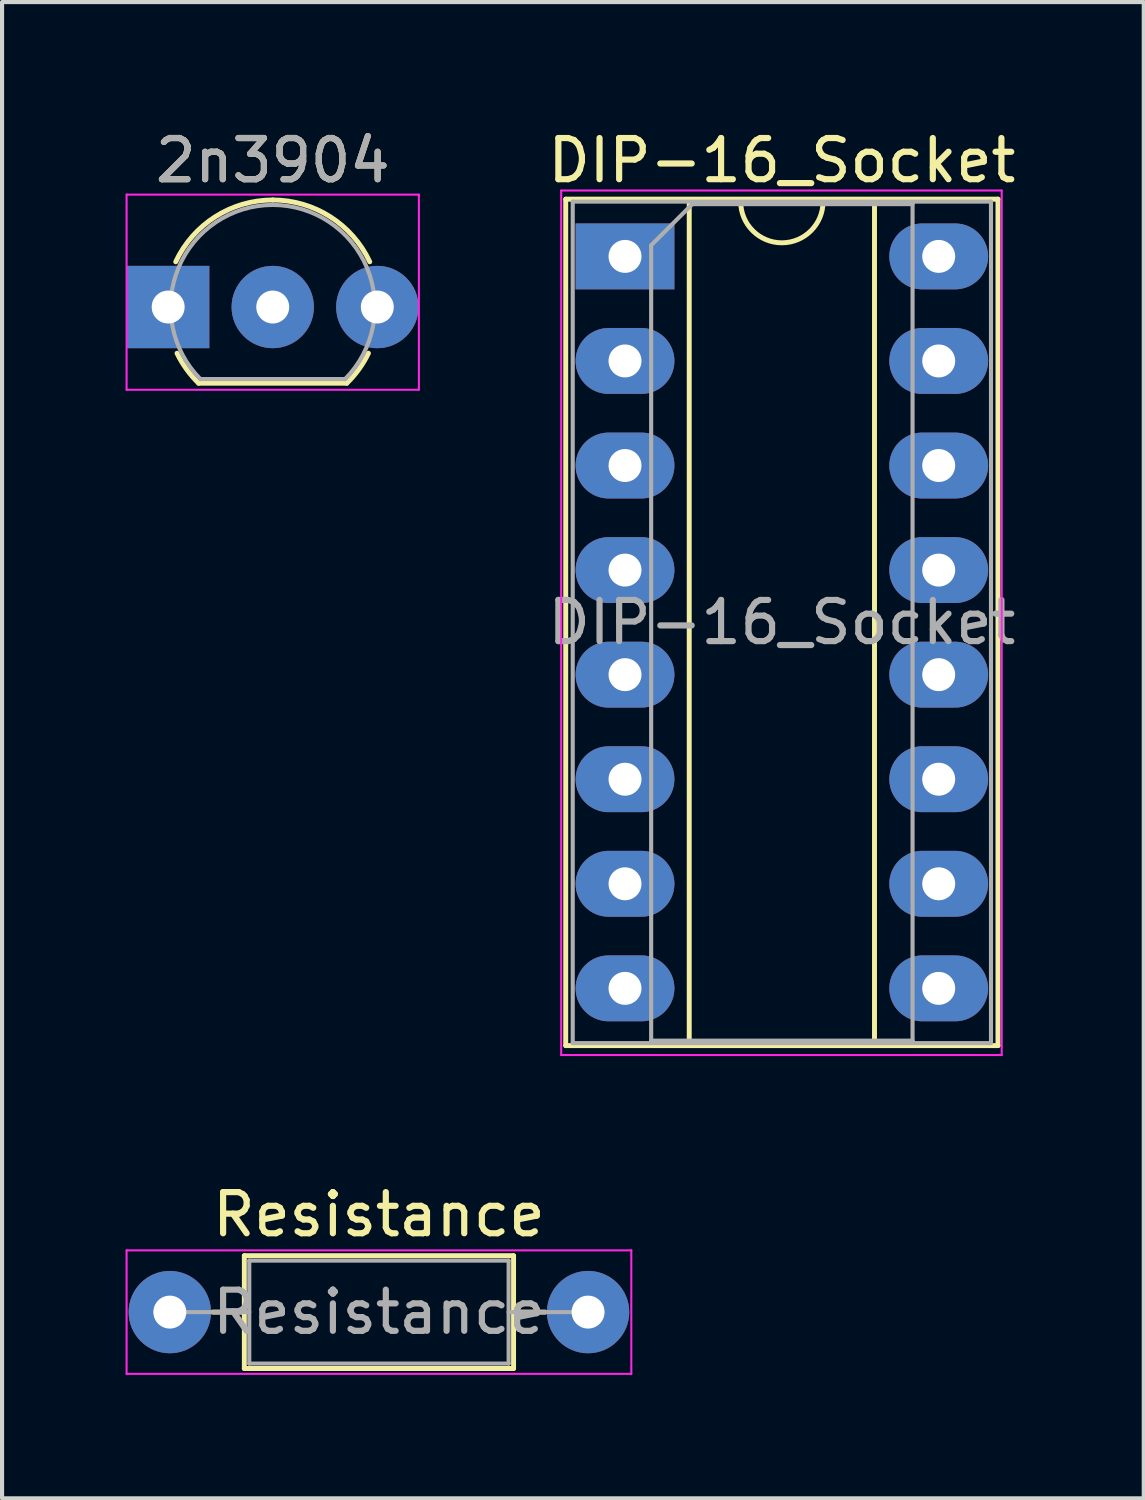
<source format=kicad_pcb>
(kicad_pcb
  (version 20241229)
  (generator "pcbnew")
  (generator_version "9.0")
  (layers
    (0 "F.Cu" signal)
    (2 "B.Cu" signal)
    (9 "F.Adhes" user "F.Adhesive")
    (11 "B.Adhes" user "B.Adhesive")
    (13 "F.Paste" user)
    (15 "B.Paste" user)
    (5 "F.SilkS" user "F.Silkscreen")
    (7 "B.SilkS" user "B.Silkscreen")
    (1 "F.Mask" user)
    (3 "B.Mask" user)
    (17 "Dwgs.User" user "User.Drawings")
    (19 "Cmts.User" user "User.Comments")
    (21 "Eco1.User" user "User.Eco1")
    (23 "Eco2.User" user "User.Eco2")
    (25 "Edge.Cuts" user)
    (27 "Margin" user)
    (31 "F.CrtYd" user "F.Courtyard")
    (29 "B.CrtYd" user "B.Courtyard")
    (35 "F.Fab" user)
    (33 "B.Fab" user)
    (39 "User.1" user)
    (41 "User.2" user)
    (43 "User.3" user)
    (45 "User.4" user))
  (footprint "Resistance"
    (layer "F.Cu")
    (at 1.075 28.822)
    (property "Reference" "Resistance" (at 5.08 -2.37 0) (layer "F.SilkS") (effects (font (size 1 1) (thickness 0.15))))
    (attr through_hole)
    (fp_line (start 1.04 0) (end 1.81 0) (stroke (width 0.12) (type solid)) (layer "F.SilkS"))
    (fp_line (start 1.81 -1.37) (end 1.81 1.37) (stroke (width 0.12) (type solid)) (layer "F.SilkS"))
    (fp_line (start 1.81 1.37) (end 8.35 1.37) (stroke (width 0.12) (type solid)) (layer "F.SilkS"))
    (fp_line (start 8.35 -1.37) (end 1.81 -1.37) (stroke (width 0.12) (type solid)) (layer "F.SilkS"))
    (fp_line (start 8.35 1.37) (end 8.35 -1.37) (stroke (width 0.12) (type solid)) (layer "F.SilkS"))
    (fp_line (start 9.12 0) (end 8.35 0) (stroke (width 0.12) (type solid)) (layer "F.SilkS"))
    (fp_line (start -1.05 -1.5) (end -1.05 1.5) (stroke (width 0.05) (type solid)) (layer "F.CrtYd"))
    (fp_line (start -1.05 1.5) (end 11.21 1.5) (stroke (width 0.05) (type solid)) (layer "F.CrtYd"))
    (fp_line (start 11.21 -1.5) (end -1.05 -1.5) (stroke (width 0.05) (type solid)) (layer "F.CrtYd"))
    (fp_line (start 11.21 1.5) (end 11.21 -1.5) (stroke (width 0.05) (type solid)) (layer "F.CrtYd"))
    (fp_line (start 0 0) (end 1.93 0) (stroke (width 0.1) (type solid)) (layer "F.Fab"))
    (fp_line (start 1.93 -1.25) (end 1.93 1.25) (stroke (width 0.1) (type solid)) (layer "F.Fab"))
    (fp_line (start 1.93 1.25) (end 8.23 1.25) (stroke (width 0.1) (type solid)) (layer "F.Fab"))
    (fp_line (start 8.23 -1.25) (end 1.93 -1.25) (stroke (width 0.1) (type solid)) (layer "F.Fab"))
    (fp_line (start 8.23 1.25) (end 8.23 -1.25) (stroke (width 0.1) (type solid)) (layer "F.Fab"))
    (fp_line (start 10.16 0) (end 8.23 0) (stroke (width 0.1) (type solid)) (layer "F.Fab"))
    (fp_text user "${REFERENCE}" (at 5.08 0 0) (layer "F.Fab") (effects (font (size 1 1) (thickness 0.15))))
    (pad "1" thru_hole circle (at 0 0) (size 2 2) (drill 0.8) (layers "*.Cu" "*.Mask"))
    (pad "2" thru_hole circle (at 10.16 0) (size 2 2) (drill 0.8) (layers "*.Cu" "*.Mask")))
  (footprint "2n3904"
    (layer "F.Cu")
    (at 1.035 4.408)
    (property "Reference" "2n3904" (at 2.54 -3.56 0) (layer "F.SilkS") (effects (font (size 1 1) (thickness 0.15))))
    (attr through_hole)
    (fp_line (start 0.74 1.85) (end 4.34 1.85) (stroke (width 0.12) (type solid)) (layer "F.SilkS"))
    (fp_arc (start 0.1836 -1.098807) (mid 1.143021 -2.192817) (end 2.54 -2.6) (stroke (width 0.12) (type solid)) (layer "F.SilkS"))
    (fp_arc (start 0.74 1.85) (mid 0.446097 1.509328) (end 0.215816 1.122795) (stroke (width 0.12) (type solid)) (layer "F.SilkS"))
    (fp_arc (start 2.54 -2.6) (mid 3.936979 -2.192818) (end 4.8964 -1.098807) (stroke (width 0.12) (type solid)) (layer "F.SilkS"))
    (fp_arc (start 4.864184 1.122795) (mid 4.633903 1.509328) (end 4.34 1.85) (stroke (width 0.12) (type solid)) (layer "F.SilkS"))
    (fp_line (start -1.01 -2.73) (end -1.01 2.01) (stroke (width 0.05) (type solid)) (layer "F.CrtYd"))
    (fp_line (start -1.01 -2.73) (end 6.09 -2.73) (stroke (width 0.05) (type solid)) (layer "F.CrtYd"))
    (fp_line (start 6.09 2.01) (end -1.01 2.01) (stroke (width 0.05) (type solid)) (layer "F.CrtYd"))
    (fp_line (start 6.09 2.01) (end 6.09 -2.73) (stroke (width 0.05) (type solid)) (layer "F.CrtYd"))
    (fp_line (start 0.8 1.75) (end 4.3 1.75) (stroke (width 0.1) (type solid)) (layer "F.Fab"))
    (fp_arc (start 0.786375 1.753625) (mid 0.248779 -0.949055) (end 2.54 -2.48) (stroke (width 0.1) (type solid)) (layer "F.Fab"))
    (fp_arc (start 2.54 -2.48) (mid 4.831221 -0.949055) (end 4.293625 1.753625) (stroke (width 0.1) (type solid)) (layer "F.Fab"))
    (fp_text user "${REFERENCE}" (at 2.54 -3.56 0) (layer "F.Fab") (effects (font (size 1 1) (thickness 0.15))))
    (pad "1" thru_hole rect (at 0 0 90) (size 2 2) (drill 0.8) (layers "*.Cu" "*.Mask"))
    (pad "2" thru_hole circle (at 2.54 0 90) (size 2 2) (drill 0.8) (layers "*.Cu" "*.Mask"))
    (pad "3" thru_hole circle (at 5.08 0 90) (size 2 2) (drill 0.8) (layers "*.Cu" "*.Mask")))
  (footprint "DIP-16_Socket"
    (layer "F.Cu")
    (at 12.132 3.178)
    (property "Reference" "DIP-16_Socket" (at 3.81 -2.33 0) (layer "F.SilkS") (effects (font (size 1 1) (thickness 0.15))))
    (attr through_hole)
    (fp_line (start -1.44 -1.39) (end -1.44 19.17) (stroke (width 0.12) (type solid)) (layer "F.SilkS"))
    (fp_line (start -1.44 19.17) (end 9.06 19.17) (stroke (width 0.12) (type solid)) (layer "F.SilkS"))
    (fp_line (start 1.56 -1.33) (end 1.56 19.11) (stroke (width 0.12) (type solid)) (layer "F.SilkS"))
    (fp_line (start 1.56 19.11) (end 6.06 19.11) (stroke (width 0.12) (type solid)) (layer "F.SilkS"))
    (fp_line (start 2.81 -1.33) (end 1.56 -1.33) (stroke (width 0.12) (type solid)) (layer "F.SilkS"))
    (fp_line (start 6.06 -1.33) (end 4.81 -1.33) (stroke (width 0.12) (type solid)) (layer "F.SilkS"))
    (fp_line (start 6.06 19.11) (end 6.06 -1.33) (stroke (width 0.12) (type solid)) (layer "F.SilkS"))
    (fp_line (start 9.06 -1.39) (end -1.44 -1.39) (stroke (width 0.12) (type solid)) (layer "F.SilkS"))
    (fp_line (start 9.06 19.17) (end 9.06 -1.39) (stroke (width 0.12) (type solid)) (layer "F.SilkS"))
    (fp_arc (start 4.81 -1.33) (mid 3.81 -0.33) (end 2.81 -1.33) (stroke (width 0.12) (type solid)) (layer "F.SilkS"))
    (fp_line (start -1.55 -1.6) (end -1.55 19.4) (stroke (width 0.05) (type solid)) (layer "F.CrtYd"))
    (fp_line (start -1.55 19.4) (end 9.15 19.4) (stroke (width 0.05) (type solid)) (layer "F.CrtYd"))
    (fp_line (start 9.15 -1.6) (end -1.55 -1.6) (stroke (width 0.05) (type solid)) (layer "F.CrtYd"))
    (fp_line (start 9.15 19.4) (end 9.15 -1.6) (stroke (width 0.05) (type solid)) (layer "F.CrtYd"))
    (fp_line (start -1.27 -1.33) (end -1.27 19.11) (stroke (width 0.1) (type solid)) (layer "F.Fab"))
    (fp_line (start -1.27 19.11) (end 8.89 19.11) (stroke (width 0.1) (type solid)) (layer "F.Fab"))
    (fp_line (start 0.635 -0.27) (end 1.635 -1.27) (stroke (width 0.1) (type solid)) (layer "F.Fab"))
    (fp_line (start 0.635 19.05) (end 0.635 -0.27) (stroke (width 0.1) (type solid)) (layer "F.Fab"))
    (fp_line (start 1.635 -1.27) (end 6.985 -1.27) (stroke (width 0.1) (type solid)) (layer "F.Fab"))
    (fp_line (start 6.985 -1.27) (end 6.985 19.05) (stroke (width 0.1) (type solid)) (layer "F.Fab"))
    (fp_line (start 6.985 19.05) (end 0.635 19.05) (stroke (width 0.1) (type solid)) (layer "F.Fab"))
    (fp_line (start 8.89 -1.33) (end -1.27 -1.33) (stroke (width 0.1) (type solid)) (layer "F.Fab"))
    (fp_line (start 8.89 19.11) (end 8.89 -1.33) (stroke (width 0.1) (type solid)) (layer "F.Fab"))
    (fp_text user "${REFERENCE}" (at 3.81 8.89 0) (layer "F.Fab") (effects (font (size 1 1) (thickness 0.15))))
    (pad "1" thru_hole rect (at 0 0) (size 2.4 1.6) (drill 0.8) (layers "*.Cu" "*.Mask"))
    (pad "2" thru_hole oval (at 0 2.54) (size 2.4 1.6) (drill 0.8) (layers "*.Cu" "*.Mask"))
    (pad "3" thru_hole oval (at 0 5.08) (size 2.4 1.6) (drill 0.8) (layers "*.Cu" "*.Mask"))
    (pad "4" thru_hole oval (at 0 7.62) (size 2.4 1.6) (drill 0.8) (layers "*.Cu" "*.Mask"))
    (pad "5" thru_hole oval (at 0 10.16) (size 2.4 1.6) (drill 0.8) (layers "*.Cu" "*.Mask"))
    (pad "6" thru_hole oval (at 0 12.7) (size 2.4 1.6) (drill 0.8) (layers "*.Cu" "*.Mask"))
    (pad "7" thru_hole oval (at 0 15.24) (size 2.4 1.6) (drill 0.8) (layers "*.Cu" "*.Mask"))
    (pad "8" thru_hole oval (at 0 17.78) (size 2.4 1.6) (drill 0.8) (layers "*.Cu" "*.Mask"))
    (pad "9" thru_hole oval (at 7.62 17.78) (size 2.4 1.6) (drill 0.8) (layers "*.Cu" "*.Mask"))
    (pad "10" thru_hole oval (at 7.62 15.24) (size 2.4 1.6) (drill 0.8) (layers "*.Cu" "*.Mask"))
    (pad "11" thru_hole oval (at 7.62 12.7) (size 2.4 1.6) (drill 0.8) (layers "*.Cu" "*.Mask"))
    (pad "12" thru_hole oval (at 7.62 10.16) (size 2.4 1.6) (drill 0.8) (layers "*.Cu" "*.Mask"))
    (pad "13" thru_hole oval (at 7.62 7.62) (size 2.4 1.6) (drill 0.8) (layers "*.Cu" "*.Mask"))
    (pad "14" thru_hole oval (at 7.62 5.08) (size 2.4 1.6) (drill 0.8) (layers "*.Cu" "*.Mask"))
    (pad "15" thru_hole oval (at 7.62 2.54) (size 2.4 1.6) (drill 0.8) (layers "*.Cu" "*.Mask"))
    (pad "16" thru_hole oval (at 7.62 0) (size 2.4 1.6) (drill 0.8) (layers "*.Cu" "*.Mask")))
  (gr_rect
    (start -3 -3)
    (end 24.733 33.346)
    (stroke (width 0.1) (type default))
    (fill no)
    (layer "Edge.Cuts")))
</source>
